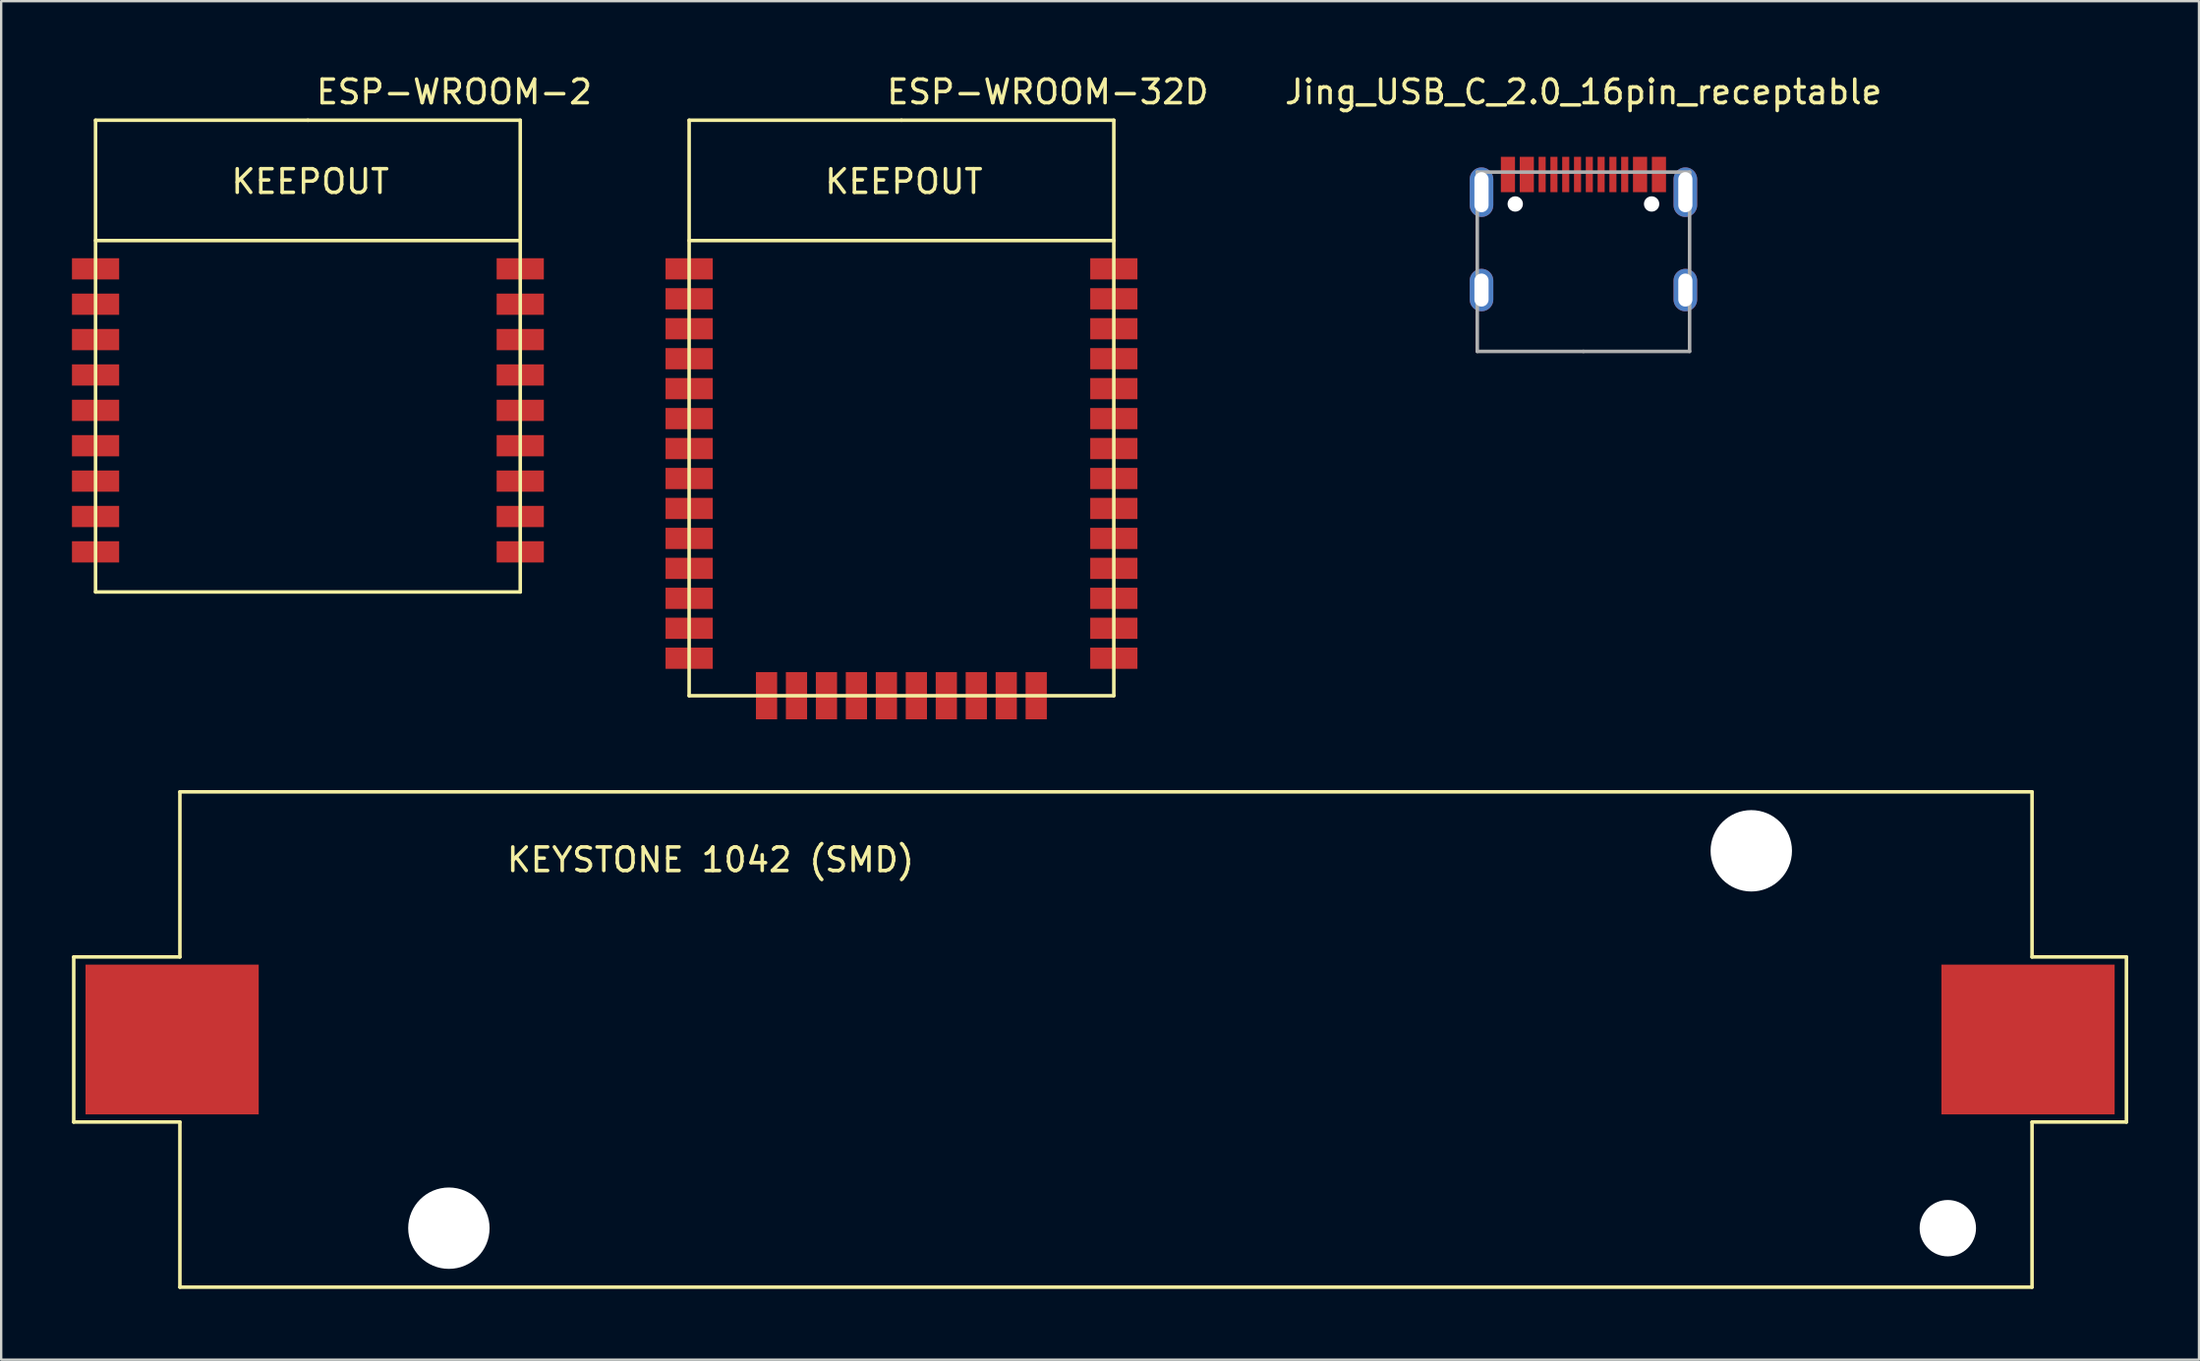
<source format=kicad_pcb>
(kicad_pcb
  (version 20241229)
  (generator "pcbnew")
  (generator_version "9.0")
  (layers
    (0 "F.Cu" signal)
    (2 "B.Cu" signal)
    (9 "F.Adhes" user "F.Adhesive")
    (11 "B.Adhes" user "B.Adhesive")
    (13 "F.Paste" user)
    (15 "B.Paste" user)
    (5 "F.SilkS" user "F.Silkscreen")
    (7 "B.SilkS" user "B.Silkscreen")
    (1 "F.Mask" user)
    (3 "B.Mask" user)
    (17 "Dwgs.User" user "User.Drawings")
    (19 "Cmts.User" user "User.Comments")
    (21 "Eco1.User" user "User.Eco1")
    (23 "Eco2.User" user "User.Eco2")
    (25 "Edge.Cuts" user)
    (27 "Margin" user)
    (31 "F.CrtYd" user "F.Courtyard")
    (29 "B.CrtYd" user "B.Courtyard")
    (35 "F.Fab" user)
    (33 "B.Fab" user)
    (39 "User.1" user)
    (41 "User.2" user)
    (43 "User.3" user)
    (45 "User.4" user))
  (footprint "Jing_USB_C_2.0_16pin_receptable"
    (layer "F.Cu")
    (at 64.061 11.848)
    (property "Reference" "Jing_USB_C_2.0_16pin_receptable" (at 0 -11 0) (layer "F.SilkS") (effects (font (size 1 1) (thickness 0.15))))
    (attr through_hole)
    (fp_line (start -4.5 -7.6) (end -4.5 0) (stroke (width 0.15) (type solid)) (layer "F.Fab"))
    (fp_line (start -4.5 0) (end 0 0) (stroke (width 0.15) (type solid)) (layer "F.Fab"))
    (fp_line (start 0 0) (end 4.5 0) (stroke (width 0.15) (type solid)) (layer "F.Fab"))
    (fp_line (start 4.5 -7.6) (end -4.5 -7.6) (stroke (width 0.15) (type solid)) (layer "F.Fab"))
    (fp_line (start 4.5 0) (end 4.5 -7.6) (stroke (width 0.15) (type solid)) (layer "F.Fab"))
    (pad "" np_thru_hole circle (at -2.89 -6.25) (size 0.65 0.65) (drill 0.65) (layers "*.Cu" "*.Mask"))
    (pad "" np_thru_hole circle (at 2.89 -6.25) (size 0.65 0.65) (drill 0.65) (layers "*.Cu" "*.Mask"))
    (pad "A1" smd rect (at -3.2 -7.5) (size 0.6 1.5) (layers "F.Cu" "F.Mask" "F.Paste"))
    (pad "A1" smd rect (at 3.2 -7.5) (size 0.6 1.5) (layers "F.Cu" "F.Mask" "F.Paste"))
    (pad "A4" smd rect (at -2.4 -7.5) (size 0.6 1.5) (layers "F.Cu" "F.Mask" "F.Paste"))
    (pad "A4" smd rect (at 2.4 -7.5) (size 0.6 1.5) (layers "F.Cu" "F.Mask" "F.Paste"))
    (pad "A5" smd rect (at -1.25 -7.5) (size 0.3 1.5) (layers "F.Cu" "F.Mask" "F.Paste"))
    (pad "A6" smd rect (at -0.25 -7.5) (size 0.3 1.5) (layers "F.Cu" "F.Mask" "F.Paste"))
    (pad "A7" smd rect (at 0.25 -7.5) (size 0.3 1.5) (layers "F.Cu" "F.Mask" "F.Paste"))
    (pad "A8" smd rect (at 1.25 -7.5) (size 0.3 1.5) (layers "F.Cu" "F.Mask" "F.Paste"))
    (pad "B5" smd rect (at 1.75 -7.5) (size 0.3 1.5) (layers "F.Cu" "F.Mask" "F.Paste"))
    (pad "B6" smd rect (at 0.75 -7.5) (size 0.3 1.5) (layers "F.Cu" "F.Mask" "F.Paste"))
    (pad "B7" smd rect (at -0.75 -7.5) (size 0.3 1.5) (layers "F.Cu" "F.Mask" "F.Paste"))
    (pad "B8" smd rect (at -1.75 -7.5) (size 0.3 1.5) (layers "F.Cu" "F.Mask" "F.Paste"))
    (pad "S1" thru_hole oval (at -4.32 -6.75) (size 1 2.1) (drill oval 0.6 1.7) (layers "*.Cu" "*.Mask"))
    (pad "S1" thru_hole oval (at -4.32 -2.6) (size 1 1.8) (drill oval 0.6 1.4) (layers "*.Cu" "*.Mask"))
    (pad "S1" thru_hole oval (at 4.32 -6.75) (size 1 2.1) (drill oval 0.6 1.7) (layers "*.Cu" "*.Mask"))
    (pad "S1" thru_hole oval (at 4.32 -2.6) (size 1 1.8) (drill oval 0.6 1.4) (layers "*.Cu" "*.Mask")))
  (footprint "ESP-WROOM-2"
    (layer "F.Cu")
    (at 10 12.048)
    (property "Reference" "ESP-WROOM-2" (at 6.2 -11.2 0) (layer "F.SilkS") (effects (font (size 1 1) (thickness 0.15))))
    (attr through_hole)
    (fp_line (start -9 -10) (end 0 -10) (stroke (width 0.15) (type solid)) (layer "F.SilkS"))
    (fp_line (start -9 -4.9) (end 9 -4.9) (stroke (width 0.15) (type solid)) (layer "F.SilkS"))
    (fp_line (start -9 10) (end -9 -10) (stroke (width 0.15) (type solid)) (layer "F.SilkS"))
    (fp_line (start 0 -10) (end 9 -10) (stroke (width 0.15) (type solid)) (layer "F.SilkS"))
    (fp_line (start 9 -10) (end 9 10) (stroke (width 0.15) (type solid)) (layer "F.SilkS"))
    (fp_line (start 9 10) (end -9 10) (stroke (width 0.15) (type solid)) (layer "F.SilkS"))
    (fp_text user "KEEPOUT" (at 0.1 -7.4 0) (layer "F.SilkS") (effects (font (size 1 1) (thickness 0.15))))
    (pad "1" smd rect (at -9 -3.7) (size 2 0.9) (layers "F.Cu" "F.Mask" "F.Paste"))
    (pad "2" smd rect (at -9 -2.2) (size 2 0.9) (layers "F.Cu" "F.Mask" "F.Paste"))
    (pad "3" smd rect (at -9 -0.7) (size 2 0.9) (layers "F.Cu" "F.Mask" "F.Paste"))
    (pad "4" smd rect (at -9 0.8) (size 2 0.9) (layers "F.Cu" "F.Mask" "F.Paste"))
    (pad "5" smd rect (at -9 2.3) (size 2 0.9) (layers "F.Cu" "F.Mask" "F.Paste"))
    (pad "6" smd rect (at -9 3.8) (size 2 0.9) (layers "F.Cu" "F.Mask" "F.Paste"))
    (pad "7" smd rect (at -9 5.3) (size 2 0.9) (layers "F.Cu" "F.Mask" "F.Paste"))
    (pad "8" smd rect (at -9 6.8) (size 2 0.9) (layers "F.Cu" "F.Mask" "F.Paste"))
    (pad "9" smd rect (at -9 8.3) (size 2 0.9) (layers "F.Cu" "F.Mask" "F.Paste"))
    (pad "10" smd rect (at 9 8.3) (size 2 0.9) (layers "F.Cu" "F.Mask" "F.Paste"))
    (pad "11" smd rect (at 9 6.8) (size 2 0.9) (layers "F.Cu" "F.Mask" "F.Paste"))
    (pad "12" smd rect (at 9 5.3) (size 2 0.9) (layers "F.Cu" "F.Mask" "F.Paste"))
    (pad "13" smd rect (at 9 3.8) (size 2 0.9) (layers "F.Cu" "F.Mask" "F.Paste"))
    (pad "14" smd rect (at 9 2.3) (size 2 0.9) (layers "F.Cu" "F.Mask" "F.Paste"))
    (pad "15" smd rect (at 9 0.8) (size 2 0.9) (layers "F.Cu" "F.Mask" "F.Paste"))
    (pad "16" smd rect (at 9 -0.7) (size 2 0.9) (layers "F.Cu" "F.Mask" "F.Paste"))
    (pad "17" smd rect (at 9 -2.2) (size 2 0.9) (layers "F.Cu" "F.Mask" "F.Paste"))
    (pad "18" smd rect (at 9 -3.7) (size 2 0.9) (layers "F.Cu" "F.Mask" "F.Paste")))
  (footprint "ESP-WROOM-32D"
    (layer "F.Cu")
    (at 35.158 12.048)
    (property "Reference" "ESP-WROOM-32D" (at 6.2 -11.2 0) (layer "F.SilkS") (effects (font (size 1 1) (thickness 0.15))))
    (attr through_hole)
    (fp_line (start -9 -10) (end 0 -10) (stroke (width 0.15) (type solid)) (layer "F.SilkS"))
    (fp_line (start -9 -4.9) (end 9 -4.9) (stroke (width 0.15) (type solid)) (layer "F.SilkS"))
    (fp_line (start -9 14.4) (end -9 -10) (stroke (width 0.15) (type solid)) (layer "F.SilkS"))
    (fp_line (start 0 -10) (end 9 -10) (stroke (width 0.15) (type solid)) (layer "F.SilkS"))
    (fp_line (start 9 -10) (end 9 14.4) (stroke (width 0.15) (type solid)) (layer "F.SilkS"))
    (fp_line (start 9 14.4) (end -9 14.4) (stroke (width 0.15) (type solid)) (layer "F.SilkS"))
    (fp_text user "KEEPOUT" (at 0.1 -7.4 0) (layer "F.SilkS") (effects (font (size 1 1) (thickness 0.15))))
    (pad "1" smd rect (at -9 -3.7) (size 2 0.9) (layers "F.Cu" "F.Mask" "F.Paste"))
    (pad "2" smd rect (at -9 -2.43) (size 2 0.9) (layers "F.Cu" "F.Mask" "F.Paste"))
    (pad "3" smd rect (at -9 -1.16) (size 2 0.9) (layers "F.Cu" "F.Mask" "F.Paste"))
    (pad "4" smd rect (at -9 0.11) (size 2 0.9) (layers "F.Cu" "F.Mask" "F.Paste"))
    (pad "5" smd rect (at -9 1.38) (size 2 0.9) (layers "F.Cu" "F.Mask" "F.Paste"))
    (pad "6" smd rect (at -9 2.65) (size 2 0.9) (layers "F.Cu" "F.Mask" "F.Paste"))
    (pad "7" smd rect (at -9 3.92) (size 2 0.9) (layers "F.Cu" "F.Mask" "F.Paste"))
    (pad "8" smd rect (at -9 5.19) (size 2 0.9) (layers "F.Cu" "F.Mask" "F.Paste"))
    (pad "9" smd rect (at -9 6.46) (size 2 0.9) (layers "F.Cu" "F.Mask" "F.Paste"))
    (pad "10" smd rect (at -9 7.73) (size 2 0.9) (layers "F.Cu" "F.Mask" "F.Paste"))
    (pad "11" smd rect (at -9 9) (size 2 0.9) (layers "F.Cu" "F.Mask" "F.Paste"))
    (pad "12" smd rect (at -9 10.27) (size 2 0.9) (layers "F.Cu" "F.Mask" "F.Paste"))
    (pad "13" smd rect (at -9 11.54) (size 2 0.9) (layers "F.Cu" "F.Mask" "F.Paste"))
    (pad "14" smd rect (at -9 12.81) (size 2 0.9) (layers "F.Cu" "F.Mask" "F.Paste"))
    (pad "15" smd rect (at -5.72 14.4 90) (size 2 0.9) (layers "F.Cu" "F.Mask" "F.Paste"))
    (pad "16" smd rect (at -4.45 14.4 90) (size 2 0.9) (layers "F.Cu" "F.Mask" "F.Paste"))
    (pad "17" smd rect (at -3.18 14.4 90) (size 2 0.9) (layers "F.Cu" "F.Mask" "F.Paste"))
    (pad "18" smd rect (at -1.91 14.4 90) (size 2 0.9) (layers "F.Cu" "F.Mask" "F.Paste"))
    (pad "19" smd rect (at -0.64 14.4 90) (size 2 0.9) (layers "F.Cu" "F.Mask" "F.Paste"))
    (pad "20" smd rect (at 0.63 14.4 90) (size 2 0.9) (layers "F.Cu" "F.Mask" "F.Paste"))
    (pad "21" smd rect (at 1.9 14.4 90) (size 2 0.9) (layers "F.Cu" "F.Mask" "F.Paste"))
    (pad "22" smd rect (at 3.17 14.4 90) (size 2 0.9) (layers "F.Cu" "F.Mask" "F.Paste"))
    (pad "23" smd rect (at 4.44 14.4 90) (size 2 0.9) (layers "F.Cu" "F.Mask" "F.Paste"))
    (pad "24" smd rect (at 5.71 14.4 90) (size 2 0.9) (layers "F.Cu" "F.Mask" "F.Paste"))
    (pad "25" smd rect (at 9 12.81) (size 2 0.9) (layers "F.Cu" "F.Mask" "F.Paste"))
    (pad "26" smd rect (at 9 11.54) (size 2 0.9) (layers "F.Cu" "F.Mask" "F.Paste"))
    (pad "27" smd rect (at 9 10.27) (size 2 0.9) (layers "F.Cu" "F.Mask" "F.Paste"))
    (pad "28" smd rect (at 9 9) (size 2 0.9) (layers "F.Cu" "F.Mask" "F.Paste"))
    (pad "29" smd rect (at 9 7.73) (size 2 0.9) (layers "F.Cu" "F.Mask" "F.Paste"))
    (pad "30" smd rect (at 9 6.46) (size 2 0.9) (layers "F.Cu" "F.Mask" "F.Paste"))
    (pad "31" smd rect (at 9 5.19) (size 2 0.9) (layers "F.Cu" "F.Mask" "F.Paste"))
    (pad "32" smd rect (at 9 3.92) (size 2 0.9) (layers "F.Cu" "F.Mask" "F.Paste"))
    (pad "33" smd rect (at 9 2.65) (size 2 0.9) (layers "F.Cu" "F.Mask" "F.Paste"))
    (pad "34" smd rect (at 9 1.38) (size 2 0.9) (layers "F.Cu" "F.Mask" "F.Paste"))
    (pad "35" smd rect (at 9 0.11) (size 2 0.9) (layers "F.Cu" "F.Mask" "F.Paste"))
    (pad "36" smd rect (at 9 -1.16) (size 2 0.9) (layers "F.Cu" "F.Mask" "F.Paste"))
    (pad "37" smd rect (at 9 -2.43) (size 2 0.9) (layers "F.Cu" "F.Mask" "F.Paste"))
    (pad "38" smd rect (at 9 -3.7) (size 2 0.9) (layers "F.Cu" "F.Mask" "F.Paste")))
  (footprint "KEYSTONE 1042 (SMD)"
    (layer "F.Cu")
    (at 43.575 41.023)
    (property "Reference" "KEYSTONE 1042 (SMD)" (at -16.51 -7.62 0) (layer "F.SilkS") (effects (font (size 1 1) (thickness 0.15))))
    (attr through_hole)
    (fp_line (start -43.5 -3.5) (end -39 -3.5) (stroke (width 0.15) (type solid)) (layer "F.SilkS"))
    (fp_line (start -43.5 3.5) (end -43.5 -3.5) (stroke (width 0.15) (type solid)) (layer "F.SilkS"))
    (fp_line (start -39 -10.5) (end 39.5 -10.5) (stroke (width 0.15) (type solid)) (layer "F.SilkS"))
    (fp_line (start -39 -3.5) (end -39 -10.5) (stroke (width 0.15) (type solid)) (layer "F.SilkS"))
    (fp_line (start -39 3.5) (end -43.5 3.5) (stroke (width 0.15) (type solid)) (layer "F.SilkS"))
    (fp_line (start -39 10.5) (end -39 3.5) (stroke (width 0.15) (type solid)) (layer "F.SilkS"))
    (fp_line (start 39.5 -10.5) (end 39.5 -3.5) (stroke (width 0.15) (type solid)) (layer "F.SilkS"))
    (fp_line (start 39.5 -3.5) (end 43.5 -3.5) (stroke (width 0.15) (type solid)) (layer "F.SilkS"))
    (fp_line (start 39.5 3.5) (end 39.5 10.5) (stroke (width 0.15) (type solid)) (layer "F.SilkS"))
    (fp_line (start 39.5 10.5) (end -39 10.5) (stroke (width 0.15) (type solid)) (layer "F.SilkS"))
    (fp_line (start 43.5 -3.5) (end 43.5 3.5) (stroke (width 0.15) (type solid)) (layer "F.SilkS"))
    (fp_line (start 43.5 3.5) (end 39.5 3.5) (stroke (width 0.15) (type solid)) (layer "F.SilkS"))
    (pad "" np_thru_hole circle (at -27.6 8) (size 3.45 3.45) (drill 3.45) (layers "*.Cu" "*.Mask"))
    (pad "" np_thru_hole circle (at 27.6 -8) (size 3.45 3.45) (drill 3.45) (layers "*.Cu" "*.Mask"))
    (pad "" np_thru_hole circle (at 35.93 8) (size 2.39 2.39) (drill 2.39) (layers "*.Cu" "*.Mask"))
    (pad "1" smd rect (at 39.33 0) (size 7.34 6.35) (layers "F.Cu" "F.Mask" "F.Paste"))
    (pad "2" smd rect (at -39.33 0) (size 7.34 6.35) (layers "F.Cu" "F.Mask" "F.Paste")))
  (gr_rect
    (start -3 -3)
    (end 90.15 54.598)
    (stroke (width 0.1) (type default))
    (fill no)
    (layer "Edge.Cuts")))
</source>
